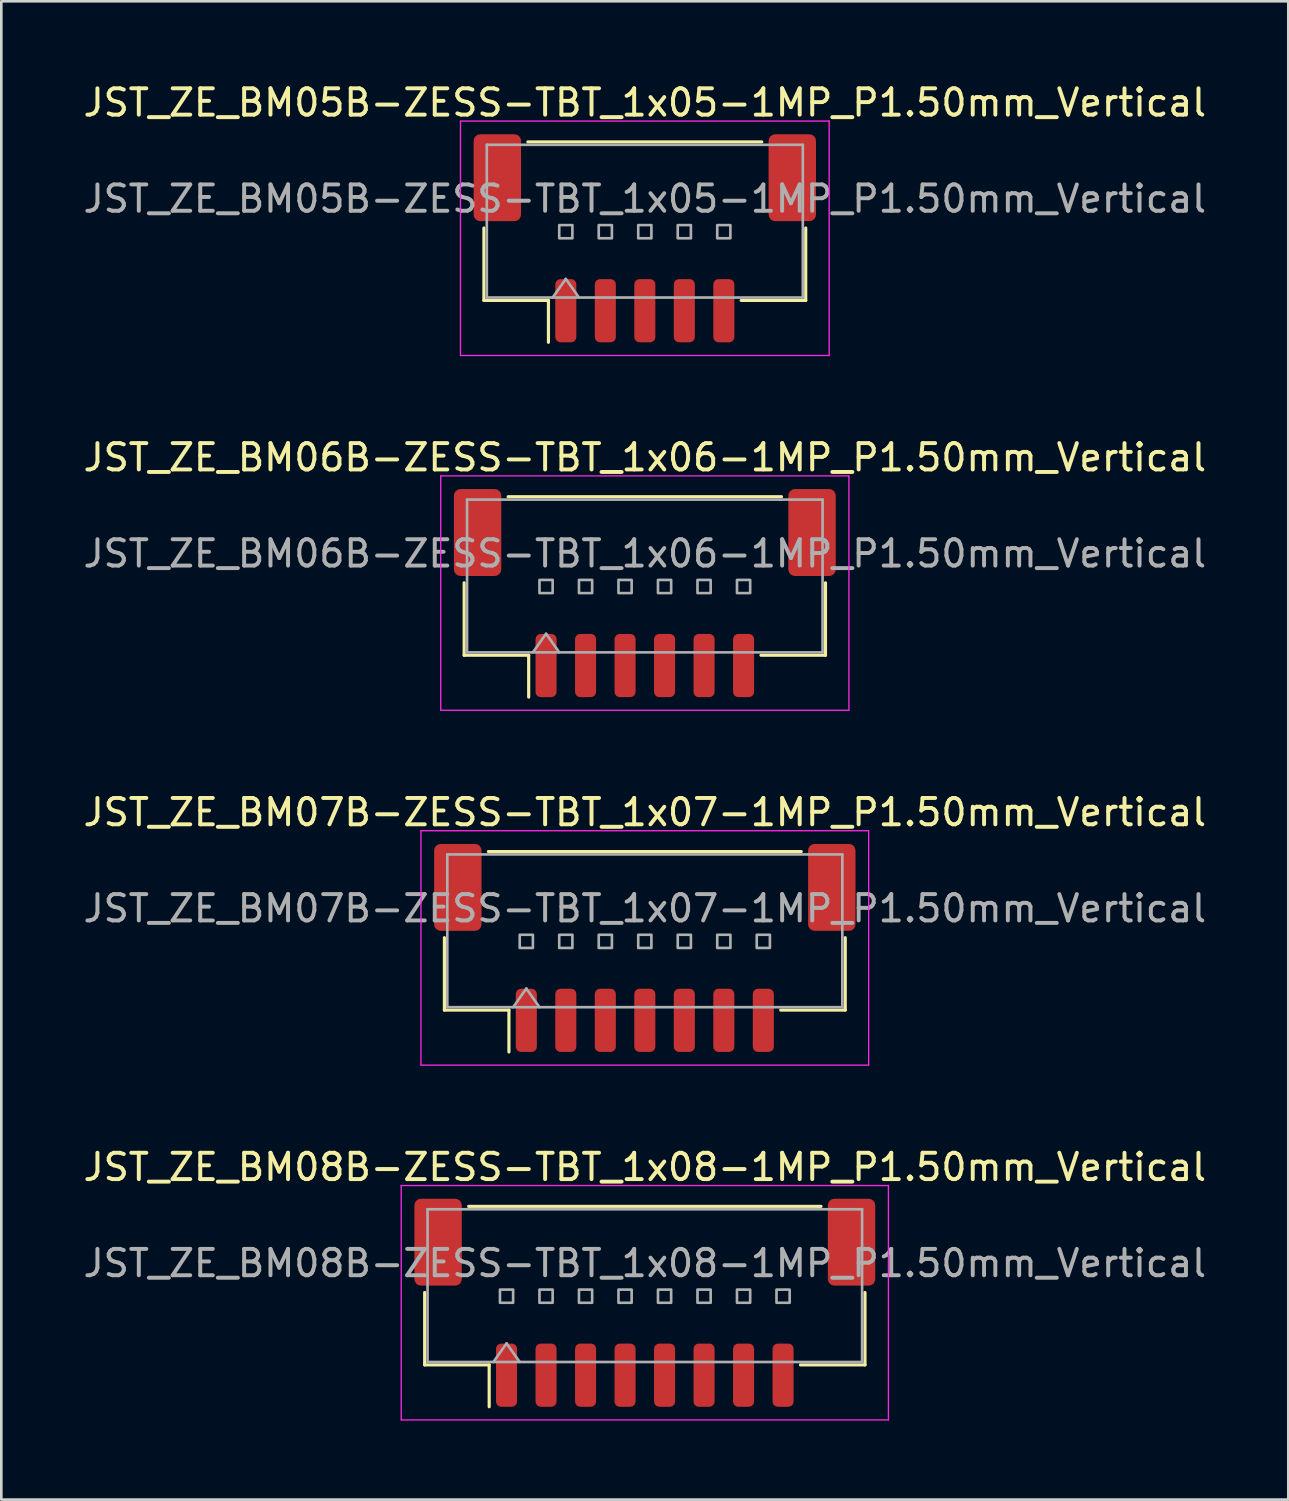
<source format=kicad_pcb>
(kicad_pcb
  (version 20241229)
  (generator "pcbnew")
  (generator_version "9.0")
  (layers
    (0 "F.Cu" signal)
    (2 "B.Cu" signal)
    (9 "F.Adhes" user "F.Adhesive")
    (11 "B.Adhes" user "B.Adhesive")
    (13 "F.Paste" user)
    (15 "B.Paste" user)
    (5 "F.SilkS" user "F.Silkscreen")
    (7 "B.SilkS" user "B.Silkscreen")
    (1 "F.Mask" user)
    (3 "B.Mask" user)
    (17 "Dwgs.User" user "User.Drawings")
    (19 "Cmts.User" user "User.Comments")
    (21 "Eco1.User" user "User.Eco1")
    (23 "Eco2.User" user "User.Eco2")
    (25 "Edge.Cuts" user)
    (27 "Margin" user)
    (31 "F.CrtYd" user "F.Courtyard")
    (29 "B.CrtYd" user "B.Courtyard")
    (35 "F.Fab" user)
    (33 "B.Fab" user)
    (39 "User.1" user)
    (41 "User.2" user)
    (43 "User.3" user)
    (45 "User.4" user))
  (footprint "JST_ZE_BM06B-ZESS-TBT_1x06-1MP_P1.50mm_Vertical"
    (layer "F.Cu")
    (at 21.435 19.471)
    (property "Reference" "JST_ZE_BM06B-ZESS-TBT_1x06-1MP_P1.50mm_Vertical" (at 0 -5.15 0) (layer "F.SilkS") (effects (font (size 1 1) (thickness 0.15))))
    (attr smd)
    (fp_line (start -6.86 -0.39) (end -6.86 2.36) (stroke (width 0.12) (type solid)) (layer "F.SilkS"))
    (fp_line (start -6.86 2.36) (end -4.41 2.36) (stroke (width 0.12) (type solid)) (layer "F.SilkS"))
    (fp_line (start -5.19 -3.66) (end 5.19 -3.66) (stroke (width 0.12) (type solid)) (layer "F.SilkS"))
    (fp_line (start -4.41 2.36) (end -4.41 3.95) (stroke (width 0.12) (type solid)) (layer "F.SilkS"))
    (fp_line (start 6.86 -0.39) (end 6.86 2.36) (stroke (width 0.12) (type solid)) (layer "F.SilkS"))
    (fp_line (start 6.86 2.36) (end 4.41 2.36) (stroke (width 0.12) (type solid)) (layer "F.SilkS"))
    (fp_line (start -7.75 -4.45) (end -7.75 4.45) (stroke (width 0.05) (type solid)) (layer "F.CrtYd"))
    (fp_line (start -7.75 4.45) (end 7.75 4.45) (stroke (width 0.05) (type solid)) (layer "F.CrtYd"))
    (fp_line (start 7.75 -4.45) (end -7.75 -4.45) (stroke (width 0.05) (type solid)) (layer "F.CrtYd"))
    (fp_line (start 7.75 4.45) (end 7.75 -4.45) (stroke (width 0.05) (type solid)) (layer "F.CrtYd"))
    (fp_line (start -6.75 -3.55) (end 6.75 -3.55) (stroke (width 0.1) (type solid)) (layer "F.Fab"))
    (fp_line (start -6.75 2.25) (end -6.75 -3.55) (stroke (width 0.1) (type solid)) (layer "F.Fab"))
    (fp_line (start -6.75 2.25) (end 6.75 2.25) (stroke (width 0.1) (type solid)) (layer "F.Fab"))
    (fp_line (start -4.25 2.25) (end -3.75 1.543) (stroke (width 0.1) (type solid)) (layer "F.Fab"))
    (fp_line (start -3.75 1.543) (end -3.25 2.25) (stroke (width 0.1) (type solid)) (layer "F.Fab"))
    (fp_line (start 6.75 2.25) (end 6.75 -3.55) (stroke (width 0.1) (type solid)) (layer "F.Fab"))
    (fp_rect (start -4 -0.5) (end -3.5 0) (stroke (width 0.1) (type solid)) (fill no) (layer "F.Fab"))
    (fp_rect (start -2.5 -0.5) (end -2 0) (stroke (width 0.1) (type solid)) (fill no) (layer "F.Fab"))
    (fp_rect (start -1 -0.5) (end -0.5 0) (stroke (width 0.1) (type solid)) (fill no) (layer "F.Fab"))
    (fp_rect (start 0.5 -0.5) (end 1 0) (stroke (width 0.1) (type solid)) (fill no) (layer "F.Fab"))
    (fp_rect (start 2 -0.5) (end 2.5 0) (stroke (width 0.1) (type solid)) (fill no) (layer "F.Fab"))
    (fp_rect (start 3.5 -0.5) (end 4 0) (stroke (width 0.1) (type solid)) (fill no) (layer "F.Fab"))
    (fp_text user "${REFERENCE}" (at 0 -1.5 0) (layer "F.Fab") (effects (font (size 1 1) (thickness 0.15))))
    (pad "1" smd roundrect (at -3.75 2.75) (size 0.8 2.4) (layers "F.Cu" "F.Mask" "F.Paste") (roundrect_rratio 0.25))
    (pad "2" smd roundrect (at -2.25 2.75) (size 0.8 2.4) (layers "F.Cu" "F.Mask" "F.Paste") (roundrect_rratio 0.25))
    (pad "3" smd roundrect (at -0.75 2.75) (size 0.8 2.4) (layers "F.Cu" "F.Mask" "F.Paste") (roundrect_rratio 0.25))
    (pad "4" smd roundrect (at 0.75 2.75) (size 0.8 2.4) (layers "F.Cu" "F.Mask" "F.Paste") (roundrect_rratio 0.25))
    (pad "5" smd roundrect (at 2.25 2.75) (size 0.8 2.4) (layers "F.Cu" "F.Mask" "F.Paste") (roundrect_rratio 0.25))
    (pad "6" smd roundrect (at 3.75 2.75) (size 0.8 2.4) (layers "F.Cu" "F.Mask" "F.Paste") (roundrect_rratio 0.25))
    (pad "MP" smd roundrect (at -6.35 -2.3) (size 1.8 3.3) (layers "F.Cu" "F.Mask" "F.Paste") (roundrect_rratio 0.139))
    (pad "MP" smd roundrect (at 6.35 -2.3) (size 1.8 3.3) (layers "F.Cu" "F.Mask" "F.Paste") (roundrect_rratio 0.139)))
  (footprint "JST_ZE_BM05B-ZESS-TBT_1x05-1MP_P1.50mm_Vertical"
    (layer "F.Cu")
    (at 21.435 5.998)
    (property "Reference" "JST_ZE_BM05B-ZESS-TBT_1x05-1MP_P1.50mm_Vertical" (at 0 -5.15 0) (layer "F.SilkS") (effects (font (size 1 1) (thickness 0.15))))
    (attr smd)
    (fp_line (start -6.11 -0.39) (end -6.11 2.36) (stroke (width 0.12) (type solid)) (layer "F.SilkS"))
    (fp_line (start -6.11 2.36) (end -3.66 2.36) (stroke (width 0.12) (type solid)) (layer "F.SilkS"))
    (fp_line (start -4.44 -3.66) (end 4.44 -3.66) (stroke (width 0.12) (type solid)) (layer "F.SilkS"))
    (fp_line (start -3.66 2.36) (end -3.66 3.95) (stroke (width 0.12) (type solid)) (layer "F.SilkS"))
    (fp_line (start 6.11 -0.39) (end 6.11 2.36) (stroke (width 0.12) (type solid)) (layer "F.SilkS"))
    (fp_line (start 6.11 2.36) (end 3.66 2.36) (stroke (width 0.12) (type solid)) (layer "F.SilkS"))
    (fp_line (start -7 -4.45) (end -7 4.45) (stroke (width 0.05) (type solid)) (layer "F.CrtYd"))
    (fp_line (start -7 4.45) (end 7 4.45) (stroke (width 0.05) (type solid)) (layer "F.CrtYd"))
    (fp_line (start 7 -4.45) (end -7 -4.45) (stroke (width 0.05) (type solid)) (layer "F.CrtYd"))
    (fp_line (start 7 4.45) (end 7 -4.45) (stroke (width 0.05) (type solid)) (layer "F.CrtYd"))
    (fp_line (start -6 -3.55) (end 6 -3.55) (stroke (width 0.1) (type solid)) (layer "F.Fab"))
    (fp_line (start -6 2.25) (end -6 -3.55) (stroke (width 0.1) (type solid)) (layer "F.Fab"))
    (fp_line (start -6 2.25) (end 6 2.25) (stroke (width 0.1) (type solid)) (layer "F.Fab"))
    (fp_line (start -3.5 2.25) (end -3 1.543) (stroke (width 0.1) (type solid)) (layer "F.Fab"))
    (fp_line (start -3 1.543) (end -2.5 2.25) (stroke (width 0.1) (type solid)) (layer "F.Fab"))
    (fp_line (start 6 2.25) (end 6 -3.55) (stroke (width 0.1) (type solid)) (layer "F.Fab"))
    (fp_rect (start -3.25 -0.5) (end -2.75 0) (stroke (width 0.1) (type solid)) (fill no) (layer "F.Fab"))
    (fp_rect (start -1.75 -0.5) (end -1.25 0) (stroke (width 0.1) (type solid)) (fill no) (layer "F.Fab"))
    (fp_rect (start -0.25 -0.5) (end 0.25 0) (stroke (width 0.1) (type solid)) (fill no) (layer "F.Fab"))
    (fp_rect (start 1.25 -0.5) (end 1.75 0) (stroke (width 0.1) (type solid)) (fill no) (layer "F.Fab"))
    (fp_rect (start 2.75 -0.5) (end 3.25 0) (stroke (width 0.1) (type solid)) (fill no) (layer "F.Fab"))
    (fp_text user "${REFERENCE}" (at 0 -1.5 0) (layer "F.Fab") (effects (font (size 1 1) (thickness 0.15))))
    (pad "1" smd roundrect (at -3 2.75) (size 0.8 2.4) (layers "F.Cu" "F.Mask" "F.Paste") (roundrect_rratio 0.25))
    (pad "2" smd roundrect (at -1.5 2.75) (size 0.8 2.4) (layers "F.Cu" "F.Mask" "F.Paste") (roundrect_rratio 0.25))
    (pad "3" smd roundrect (at 0 2.75) (size 0.8 2.4) (layers "F.Cu" "F.Mask" "F.Paste") (roundrect_rratio 0.25))
    (pad "4" smd roundrect (at 1.5 2.75) (size 0.8 2.4) (layers "F.Cu" "F.Mask" "F.Paste") (roundrect_rratio 0.25))
    (pad "5" smd roundrect (at 3 2.75) (size 0.8 2.4) (layers "F.Cu" "F.Mask" "F.Paste") (roundrect_rratio 0.25))
    (pad "MP" smd roundrect (at -5.6 -2.3) (size 1.8 3.3) (layers "F.Cu" "F.Mask" "F.Paste") (roundrect_rratio 0.139))
    (pad "MP" smd roundrect (at 5.6 -2.3) (size 1.8 3.3) (layers "F.Cu" "F.Mask" "F.Paste") (roundrect_rratio 0.139)))
  (footprint "JST_ZE_BM08B-ZESS-TBT_1x08-1MP_P1.50mm_Vertical"
    (layer "F.Cu")
    (at 21.435 46.418)
    (property "Reference" "JST_ZE_BM08B-ZESS-TBT_1x08-1MP_P1.50mm_Vertical" (at 0 -5.15 0) (layer "F.SilkS") (effects (font (size 1 1) (thickness 0.15))))
    (attr smd)
    (fp_line (start -8.36 -0.39) (end -8.36 2.36) (stroke (width 0.12) (type solid)) (layer "F.SilkS"))
    (fp_line (start -8.36 2.36) (end -5.91 2.36) (stroke (width 0.12) (type solid)) (layer "F.SilkS"))
    (fp_line (start -6.69 -3.66) (end 6.69 -3.66) (stroke (width 0.12) (type solid)) (layer "F.SilkS"))
    (fp_line (start -5.91 2.36) (end -5.91 3.95) (stroke (width 0.12) (type solid)) (layer "F.SilkS"))
    (fp_line (start 8.36 -0.39) (end 8.36 2.36) (stroke (width 0.12) (type solid)) (layer "F.SilkS"))
    (fp_line (start 8.36 2.36) (end 5.91 2.36) (stroke (width 0.12) (type solid)) (layer "F.SilkS"))
    (fp_line (start -9.25 -4.45) (end -9.25 4.45) (stroke (width 0.05) (type solid)) (layer "F.CrtYd"))
    (fp_line (start -9.25 4.45) (end 9.25 4.45) (stroke (width 0.05) (type solid)) (layer "F.CrtYd"))
    (fp_line (start 9.25 -4.45) (end -9.25 -4.45) (stroke (width 0.05) (type solid)) (layer "F.CrtYd"))
    (fp_line (start 9.25 4.45) (end 9.25 -4.45) (stroke (width 0.05) (type solid)) (layer "F.CrtYd"))
    (fp_line (start -8.25 -3.55) (end 8.25 -3.55) (stroke (width 0.1) (type solid)) (layer "F.Fab"))
    (fp_line (start -8.25 2.25) (end -8.25 -3.55) (stroke (width 0.1) (type solid)) (layer "F.Fab"))
    (fp_line (start -8.25 2.25) (end 8.25 2.25) (stroke (width 0.1) (type solid)) (layer "F.Fab"))
    (fp_line (start -5.75 2.25) (end -5.25 1.543) (stroke (width 0.1) (type solid)) (layer "F.Fab"))
    (fp_line (start -5.25 1.543) (end -4.75 2.25) (stroke (width 0.1) (type solid)) (layer "F.Fab"))
    (fp_line (start 8.25 2.25) (end 8.25 -3.55) (stroke (width 0.1) (type solid)) (layer "F.Fab"))
    (fp_rect (start -5.5 -0.5) (end -5 0) (stroke (width 0.1) (type solid)) (fill no) (layer "F.Fab"))
    (fp_rect (start -4 -0.5) (end -3.5 0) (stroke (width 0.1) (type solid)) (fill no) (layer "F.Fab"))
    (fp_rect (start -2.5 -0.5) (end -2 0) (stroke (width 0.1) (type solid)) (fill no) (layer "F.Fab"))
    (fp_rect (start -1 -0.5) (end -0.5 0) (stroke (width 0.1) (type solid)) (fill no) (layer "F.Fab"))
    (fp_rect (start 0.5 -0.5) (end 1 0) (stroke (width 0.1) (type solid)) (fill no) (layer "F.Fab"))
    (fp_rect (start 2 -0.5) (end 2.5 0) (stroke (width 0.1) (type solid)) (fill no) (layer "F.Fab"))
    (fp_rect (start 3.5 -0.5) (end 4 0) (stroke (width 0.1) (type solid)) (fill no) (layer "F.Fab"))
    (fp_rect (start 5 -0.5) (end 5.5 0) (stroke (width 0.1) (type solid)) (fill no) (layer "F.Fab"))
    (fp_text user "${REFERENCE}" (at 0 -1.5 0) (layer "F.Fab") (effects (font (size 1 1) (thickness 0.15))))
    (pad "1" smd roundrect (at -5.25 2.75) (size 0.8 2.4) (layers "F.Cu" "F.Mask" "F.Paste") (roundrect_rratio 0.25))
    (pad "2" smd roundrect (at -3.75 2.75) (size 0.8 2.4) (layers "F.Cu" "F.Mask" "F.Paste") (roundrect_rratio 0.25))
    (pad "3" smd roundrect (at -2.25 2.75) (size 0.8 2.4) (layers "F.Cu" "F.Mask" "F.Paste") (roundrect_rratio 0.25))
    (pad "4" smd roundrect (at -0.75 2.75) (size 0.8 2.4) (layers "F.Cu" "F.Mask" "F.Paste") (roundrect_rratio 0.25))
    (pad "5" smd roundrect (at 0.75 2.75) (size 0.8 2.4) (layers "F.Cu" "F.Mask" "F.Paste") (roundrect_rratio 0.25))
    (pad "6" smd roundrect (at 2.25 2.75) (size 0.8 2.4) (layers "F.Cu" "F.Mask" "F.Paste") (roundrect_rratio 0.25))
    (pad "7" smd roundrect (at 3.75 2.75) (size 0.8 2.4) (layers "F.Cu" "F.Mask" "F.Paste") (roundrect_rratio 0.25))
    (pad "8" smd roundrect (at 5.25 2.75) (size 0.8 2.4) (layers "F.Cu" "F.Mask" "F.Paste") (roundrect_rratio 0.25))
    (pad "MP" smd roundrect (at -7.85 -2.3) (size 1.8 3.3) (layers "F.Cu" "F.Mask" "F.Paste") (roundrect_rratio 0.139))
    (pad "MP" smd roundrect (at 7.85 -2.3) (size 1.8 3.3) (layers "F.Cu" "F.Mask" "F.Paste") (roundrect_rratio 0.139)))
  (footprint "JST_ZE_BM07B-ZESS-TBT_1x07-1MP_P1.50mm_Vertical"
    (layer "F.Cu")
    (at 21.435 32.945)
    (property "Reference" "JST_ZE_BM07B-ZESS-TBT_1x07-1MP_P1.50mm_Vertical" (at 0 -5.15 0) (layer "F.SilkS") (effects (font (size 1 1) (thickness 0.15))))
    (attr smd)
    (fp_line (start -7.61 -0.39) (end -7.61 2.36) (stroke (width 0.12) (type solid)) (layer "F.SilkS"))
    (fp_line (start -7.61 2.36) (end -5.16 2.36) (stroke (width 0.12) (type solid)) (layer "F.SilkS"))
    (fp_line (start -5.94 -3.66) (end 5.94 -3.66) (stroke (width 0.12) (type solid)) (layer "F.SilkS"))
    (fp_line (start -5.16 2.36) (end -5.16 3.95) (stroke (width 0.12) (type solid)) (layer "F.SilkS"))
    (fp_line (start 7.61 -0.39) (end 7.61 2.36) (stroke (width 0.12) (type solid)) (layer "F.SilkS"))
    (fp_line (start 7.61 2.36) (end 5.16 2.36) (stroke (width 0.12) (type solid)) (layer "F.SilkS"))
    (fp_line (start -8.5 -4.45) (end -8.5 4.45) (stroke (width 0.05) (type solid)) (layer "F.CrtYd"))
    (fp_line (start -8.5 4.45) (end 8.5 4.45) (stroke (width 0.05) (type solid)) (layer "F.CrtYd"))
    (fp_line (start 8.5 -4.45) (end -8.5 -4.45) (stroke (width 0.05) (type solid)) (layer "F.CrtYd"))
    (fp_line (start 8.5 4.45) (end 8.5 -4.45) (stroke (width 0.05) (type solid)) (layer "F.CrtYd"))
    (fp_line (start -7.5 -3.55) (end 7.5 -3.55) (stroke (width 0.1) (type solid)) (layer "F.Fab"))
    (fp_line (start -7.5 2.25) (end -7.5 -3.55) (stroke (width 0.1) (type solid)) (layer "F.Fab"))
    (fp_line (start -7.5 2.25) (end 7.5 2.25) (stroke (width 0.1) (type solid)) (layer "F.Fab"))
    (fp_line (start -5 2.25) (end -4.5 1.543) (stroke (width 0.1) (type solid)) (layer "F.Fab"))
    (fp_line (start -4.5 1.543) (end -4 2.25) (stroke (width 0.1) (type solid)) (layer "F.Fab"))
    (fp_line (start 7.5 2.25) (end 7.5 -3.55) (stroke (width 0.1) (type solid)) (layer "F.Fab"))
    (fp_rect (start -4.75 -0.5) (end -4.25 0) (stroke (width 0.1) (type solid)) (fill no) (layer "F.Fab"))
    (fp_rect (start -3.25 -0.5) (end -2.75 0) (stroke (width 0.1) (type solid)) (fill no) (layer "F.Fab"))
    (fp_rect (start -1.75 -0.5) (end -1.25 0) (stroke (width 0.1) (type solid)) (fill no) (layer "F.Fab"))
    (fp_rect (start -0.25 -0.5) (end 0.25 0) (stroke (width 0.1) (type solid)) (fill no) (layer "F.Fab"))
    (fp_rect (start 1.25 -0.5) (end 1.75 0) (stroke (width 0.1) (type solid)) (fill no) (layer "F.Fab"))
    (fp_rect (start 2.75 -0.5) (end 3.25 0) (stroke (width 0.1) (type solid)) (fill no) (layer "F.Fab"))
    (fp_rect (start 4.25 -0.5) (end 4.75 0) (stroke (width 0.1) (type solid)) (fill no) (layer "F.Fab"))
    (fp_text user "${REFERENCE}" (at 0 -1.5 0) (layer "F.Fab") (effects (font (size 1 1) (thickness 0.15))))
    (pad "1" smd roundrect (at -4.5 2.75) (size 0.8 2.4) (layers "F.Cu" "F.Mask" "F.Paste") (roundrect_rratio 0.25))
    (pad "2" smd roundrect (at -3 2.75) (size 0.8 2.4) (layers "F.Cu" "F.Mask" "F.Paste") (roundrect_rratio 0.25))
    (pad "3" smd roundrect (at -1.5 2.75) (size 0.8 2.4) (layers "F.Cu" "F.Mask" "F.Paste") (roundrect_rratio 0.25))
    (pad "4" smd roundrect (at 0 2.75) (size 0.8 2.4) (layers "F.Cu" "F.Mask" "F.Paste") (roundrect_rratio 0.25))
    (pad "5" smd roundrect (at 1.5 2.75) (size 0.8 2.4) (layers "F.Cu" "F.Mask" "F.Paste") (roundrect_rratio 0.25))
    (pad "6" smd roundrect (at 3 2.75) (size 0.8 2.4) (layers "F.Cu" "F.Mask" "F.Paste") (roundrect_rratio 0.25))
    (pad "7" smd roundrect (at 4.5 2.75) (size 0.8 2.4) (layers "F.Cu" "F.Mask" "F.Paste") (roundrect_rratio 0.25))
    (pad "MP" smd roundrect (at -7.1 -2.3) (size 1.8 3.3) (layers "F.Cu" "F.Mask" "F.Paste") (roundrect_rratio 0.139))
    (pad "MP" smd roundrect (at 7.1 -2.3) (size 1.8 3.3) (layers "F.Cu" "F.Mask" "F.Paste") (roundrect_rratio 0.139)))
  (gr_rect
    (start -3 -3)
    (end 45.869 53.893)
    (stroke (width 0.1) (type default))
    (fill no)
    (layer "Edge.Cuts")))
</source>
